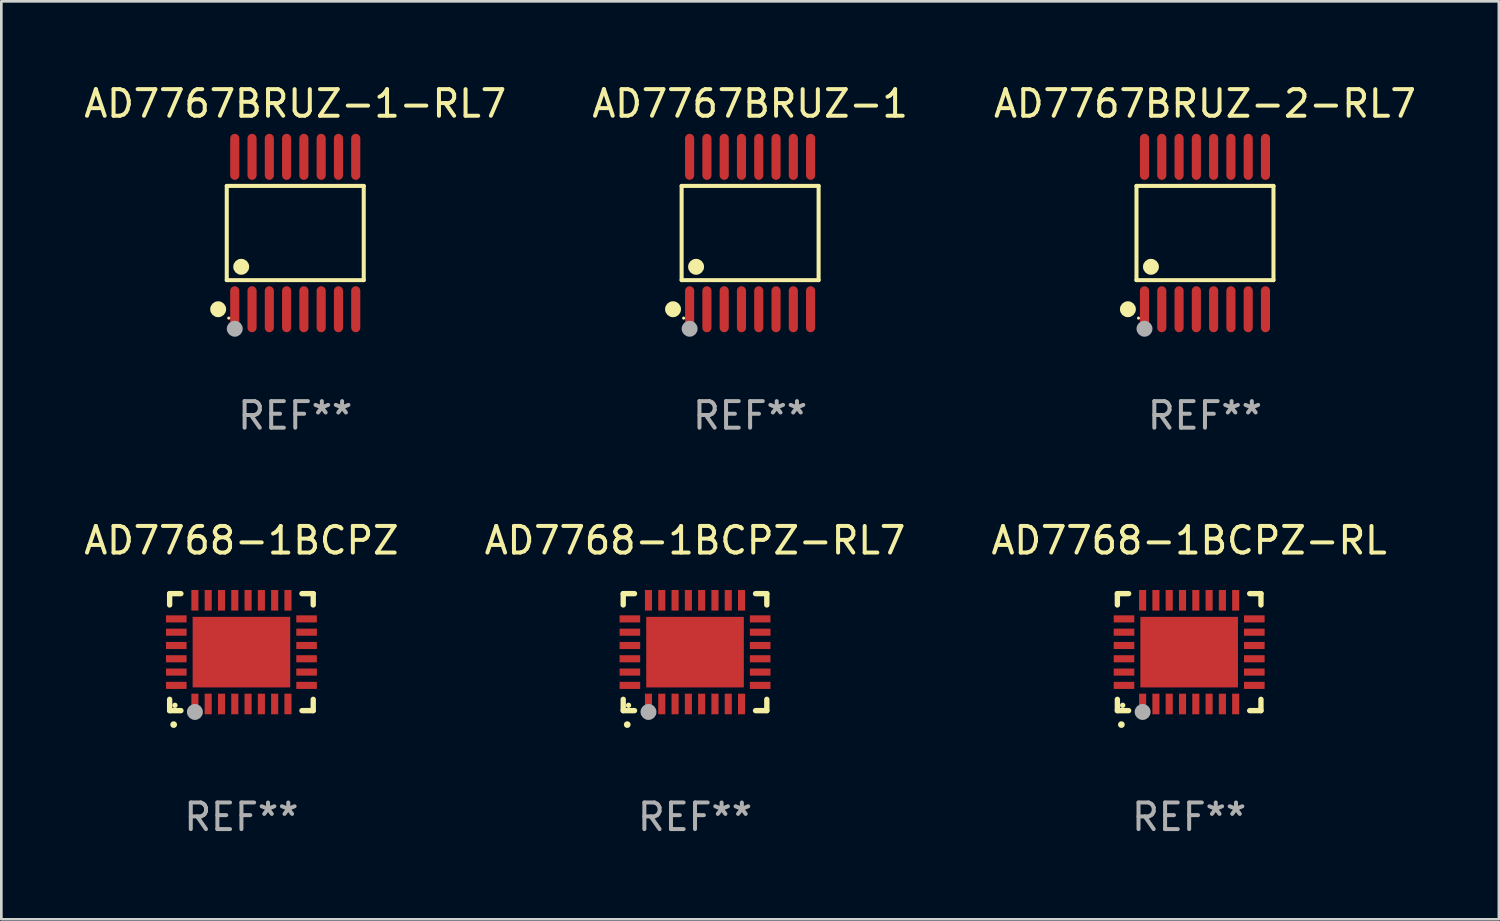
<source format=kicad_pcb>
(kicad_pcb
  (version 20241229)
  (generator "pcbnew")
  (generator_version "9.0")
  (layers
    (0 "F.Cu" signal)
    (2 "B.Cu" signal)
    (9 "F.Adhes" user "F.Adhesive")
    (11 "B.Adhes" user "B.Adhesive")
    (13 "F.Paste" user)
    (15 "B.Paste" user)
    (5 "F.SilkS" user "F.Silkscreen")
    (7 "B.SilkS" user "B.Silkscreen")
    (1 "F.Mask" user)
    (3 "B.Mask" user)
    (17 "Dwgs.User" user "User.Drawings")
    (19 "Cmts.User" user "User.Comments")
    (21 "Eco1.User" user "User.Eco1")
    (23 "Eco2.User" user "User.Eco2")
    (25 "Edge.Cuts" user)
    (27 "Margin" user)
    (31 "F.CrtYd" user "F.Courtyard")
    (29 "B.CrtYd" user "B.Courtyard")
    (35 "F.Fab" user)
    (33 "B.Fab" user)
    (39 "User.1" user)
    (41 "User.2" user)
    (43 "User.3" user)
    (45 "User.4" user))
  (footprint "AD7767BRUZ-1-RL7"
    (layer "F.Cu")
    (at 8.054 5.714)
    (property "Reference" "AD7767BRUZ-1-RL7" (at 0 -4.866 0) (layer "F.SilkS") (effects (font (size 1 1) (thickness 0.15))))
    (attr through_hole)
    (fp_line (start -2.576 -1.772) (end 2.576 -1.772) (stroke (width 0.152) (type solid)) (layer "F.SilkS"))
    (fp_line (start -2.576 1.771) (end -2.576 -1.772) (stroke (width 0.152) (type solid)) (layer "F.SilkS"))
    (fp_line (start 2.576 -1.772) (end 2.576 1.771) (stroke (width 0.152) (type solid)) (layer "F.SilkS"))
    (fp_line (start 2.576 1.771) (end -2.576 1.771) (stroke (width 0.152) (type solid)) (layer "F.SilkS"))
    (fp_circle (center -2.899 2.866) (end -2.749 2.866) (stroke (width 0.3) (type solid)) (fill no) (layer "F.SilkS"))
    (fp_circle (center -2.5 3.2) (end -2.47 3.2) (stroke (width 0.06) (type solid)) (fill no) (layer "F.SilkS"))
    (fp_circle (center -2.032 1.27) (end -1.882 1.27) (stroke (width 0.3) (type solid)) (fill no) (layer "F.SilkS"))
    (fp_circle (center -2.275 3.6) (end -2.125 3.6) (stroke (width 0.3) (type solid)) (fill no) (layer "F.Fab"))
    (fp_text user "REF**" (at 0 6.866 0) (layer "F.Fab") (effects (font (size 1 1) (thickness 0.15))))
    (pad "1" smd oval (at -2.275 2.866) (size 0.343 1.731) (layers "F.Cu" "F.Mask" "F.Paste"))
    (pad "2" smd oval (at -1.625 2.866) (size 0.343 1.731) (layers "F.Cu" "F.Mask" "F.Paste"))
    (pad "3" smd oval (at -0.975 2.866) (size 0.343 1.731) (layers "F.Cu" "F.Mask" "F.Paste"))
    (pad "4" smd oval (at -0.325 2.866) (size 0.343 1.731) (layers "F.Cu" "F.Mask" "F.Paste"))
    (pad "5" smd oval (at 0.325 2.866) (size 0.343 1.731) (layers "F.Cu" "F.Mask" "F.Paste"))
    (pad "6" smd oval (at 0.975 2.866) (size 0.343 1.731) (layers "F.Cu" "F.Mask" "F.Paste"))
    (pad "7" smd oval (at 1.625 2.866) (size 0.343 1.731) (layers "F.Cu" "F.Mask" "F.Paste"))
    (pad "8" smd oval (at 2.275 2.866) (size 0.343 1.731) (layers "F.Cu" "F.Mask" "F.Paste"))
    (pad "9" smd oval (at 2.275 -2.866) (size 0.343 1.731) (layers "F.Cu" "F.Mask" "F.Paste"))
    (pad "10" smd oval (at 1.625 -2.866) (size 0.343 1.731) (layers "F.Cu" "F.Mask" "F.Paste"))
    (pad "11" smd oval (at 0.975 -2.866) (size 0.343 1.731) (layers "F.Cu" "F.Mask" "F.Paste"))
    (pad "12" smd oval (at 0.325 -2.866) (size 0.343 1.731) (layers "F.Cu" "F.Mask" "F.Paste"))
    (pad "13" smd oval (at -0.325 -2.866) (size 0.343 1.731) (layers "F.Cu" "F.Mask" "F.Paste"))
    (pad "14" smd oval (at -0.975 -2.866) (size 0.343 1.731) (layers "F.Cu" "F.Mask" "F.Paste"))
    (pad "15" smd oval (at -1.625 -2.866) (size 0.343 1.731) (layers "F.Cu" "F.Mask" "F.Paste"))
    (pad "16" smd oval (at -2.275 -2.866) (size 0.343 1.731) (layers "F.Cu" "F.Mask" "F.Paste")))
  (footprint "AD7768-1BCPZ"
    (layer "F.Cu")
    (at 6.03 21.476)
    (property "Reference" "AD7768-1BCPZ" (at 0 -4.2 0) (layer "F.SilkS") (effects (font (size 1 1) (thickness 0.15))))
    (attr through_hole)
    (fp_line (start -2.7 -2.2) (end -2.276 -2.2) (stroke (width 0.201) (type solid)) (layer "F.SilkS"))
    (fp_line (start -2.7 -1.775) (end -2.7 -2.2) (stroke (width 0.201) (type solid)) (layer "F.SilkS"))
    (fp_line (start -2.7 2.2) (end -2.7 1.775) (stroke (width 0.201) (type solid)) (layer "F.SilkS"))
    (fp_line (start -2.276 2.2) (end -2.7 2.2) (stroke (width 0.201) (type solid)) (layer "F.SilkS"))
    (fp_line (start 2.276 2.2) (end 2.7 2.2) (stroke (width 0.201) (type solid)) (layer "F.SilkS"))
    (fp_line (start 2.7 -2.2) (end 2.276 -2.2) (stroke (width 0.201) (type solid)) (layer "F.SilkS"))
    (fp_line (start 2.7 -1.775) (end 2.7 -2.2) (stroke (width 0.201) (type solid)) (layer "F.SilkS"))
    (fp_line (start 2.7 2.2) (end 2.7 1.775) (stroke (width 0.201) (type solid)) (layer "F.SilkS"))
    (fp_arc (start -2.550165 2.725425) (mid -2.548895 2.725419) (end -2.547625 2.725425) (stroke (width 0.24892) (type solid)) (layer "F.SilkS"))
    (fp_circle (center -2.5 2) (end -2.45 2) (stroke (width 0.1) (type solid)) (fill no) (layer "F.SilkS"))
    (fp_circle (center -1.75 2.25) (end -1.6 2.25) (stroke (width 0.3) (type solid)) (fill no) (layer "F.Fab"))
    (fp_text user "REF**" (at 0 6.2 0) (layer "F.Fab") (effects (font (size 1 1) (thickness 0.15))))
    (pad "1" smd rect (at -1.75 1.95) (size 0.267 0.775) (layers "F.Cu" "F.Mask" "F.Paste"))
    (pad "2" smd rect (at -1.25 1.95) (size 0.267 0.775) (layers "F.Cu" "F.Mask" "F.Paste"))
    (pad "3" smd rect (at -0.75 1.95) (size 0.267 0.775) (layers "F.Cu" "F.Mask" "F.Paste"))
    (pad "4" smd rect (at -0.25 1.95) (size 0.267 0.775) (layers "F.Cu" "F.Mask" "F.Paste"))
    (pad "5" smd rect (at 0.25 1.95) (size 0.267 0.775) (layers "F.Cu" "F.Mask" "F.Paste"))
    (pad "6" smd rect (at 0.75 1.95) (size 0.267 0.775) (layers "F.Cu" "F.Mask" "F.Paste"))
    (pad "7" smd rect (at 1.25 1.95) (size 0.267 0.775) (layers "F.Cu" "F.Mask" "F.Paste"))
    (pad "8" smd rect (at 1.75 1.95) (size 0.267 0.775) (layers "F.Cu" "F.Mask" "F.Paste"))
    (pad "9" smd rect (at 2.45 1.25) (size 0.775 0.267) (layers "F.Cu" "F.Mask" "F.Paste"))
    (pad "10" smd rect (at 2.45 0.75) (size 0.775 0.267) (layers "F.Cu" "F.Mask" "F.Paste"))
    (pad "11" smd rect (at 2.45 0.25) (size 0.775 0.267) (layers "F.Cu" "F.Mask" "F.Paste"))
    (pad "12" smd rect (at 2.45 -0.25) (size 0.775 0.267) (layers "F.Cu" "F.Mask" "F.Paste"))
    (pad "13" smd rect (at 2.45 -0.75) (size 0.775 0.267) (layers "F.Cu" "F.Mask" "F.Paste"))
    (pad "14" smd rect (at 2.45 -1.25) (size 0.775 0.267) (layers "F.Cu" "F.Mask" "F.Paste"))
    (pad "15" smd rect (at 1.75 -1.95) (size 0.267 0.775) (layers "F.Cu" "F.Mask" "F.Paste"))
    (pad "16" smd rect (at 1.25 -1.95) (size 0.267 0.775) (layers "F.Cu" "F.Mask" "F.Paste"))
    (pad "17" smd rect (at 0.75 -1.95) (size 0.267 0.775) (layers "F.Cu" "F.Mask" "F.Paste"))
    (pad "18" smd rect (at 0.25 -1.95) (size 0.267 0.775) (layers "F.Cu" "F.Mask" "F.Paste"))
    (pad "19" smd rect (at -0.25 -1.95) (size 0.267 0.775) (layers "F.Cu" "F.Mask" "F.Paste"))
    (pad "20" smd rect (at -0.75 -1.95) (size 0.267 0.775) (layers "F.Cu" "F.Mask" "F.Paste"))
    (pad "21" smd rect (at -1.25 -1.95) (size 0.267 0.775) (layers "F.Cu" "F.Mask" "F.Paste"))
    (pad "22" smd rect (at -1.75 -1.95) (size 0.267 0.775) (layers "F.Cu" "F.Mask" "F.Paste"))
    (pad "23" smd rect (at -2.45 -1.25) (size 0.775 0.267) (layers "F.Cu" "F.Mask" "F.Paste"))
    (pad "24" smd rect (at -2.45 -0.75) (size 0.775 0.267) (layers "F.Cu" "F.Mask" "F.Paste"))
    (pad "25" smd rect (at -2.45 -0.25) (size 0.775 0.267) (layers "F.Cu" "F.Mask" "F.Paste"))
    (pad "26" smd rect (at -2.45 0.25) (size 0.775 0.267) (layers "F.Cu" "F.Mask" "F.Paste"))
    (pad "27" smd rect (at -2.45 0.75) (size 0.775 0.267) (layers "F.Cu" "F.Mask" "F.Paste"))
    (pad "28" smd rect (at -2.45 1.25) (size 0.775 0.267) (layers "F.Cu" "F.Mask" "F.Paste"))
    (pad "29" smd rect (at 0.000127 0.000127) (size 3.67 2.654) (layers "F.Cu" "F.Mask" "F.Paste")))
  (footprint "AD7767BRUZ-2-RL7"
    (layer "F.Cu")
    (at 42.268 5.714)
    (property "Reference" "AD7767BRUZ-2-RL7" (at 0 -4.866 0) (layer "F.SilkS") (effects (font (size 1 1) (thickness 0.15))))
    (attr through_hole)
    (fp_line (start -2.576 -1.772) (end 2.576 -1.772) (stroke (width 0.152) (type solid)) (layer "F.SilkS"))
    (fp_line (start -2.576 1.771) (end -2.576 -1.772) (stroke (width 0.152) (type solid)) (layer "F.SilkS"))
    (fp_line (start 2.576 -1.772) (end 2.576 1.771) (stroke (width 0.152) (type solid)) (layer "F.SilkS"))
    (fp_line (start 2.576 1.771) (end -2.576 1.771) (stroke (width 0.152) (type solid)) (layer "F.SilkS"))
    (fp_circle (center -2.899 2.866) (end -2.749 2.866) (stroke (width 0.3) (type solid)) (fill no) (layer "F.SilkS"))
    (fp_circle (center -2.5 3.2) (end -2.47 3.2) (stroke (width 0.06) (type solid)) (fill no) (layer "F.SilkS"))
    (fp_circle (center -2.032 1.27) (end -1.882 1.27) (stroke (width 0.3) (type solid)) (fill no) (layer "F.SilkS"))
    (fp_circle (center -2.275 3.6) (end -2.125 3.6) (stroke (width 0.3) (type solid)) (fill no) (layer "F.Fab"))
    (fp_text user "REF**" (at 0 6.866 0) (layer "F.Fab") (effects (font (size 1 1) (thickness 0.15))))
    (pad "1" smd oval (at -2.275 2.866) (size 0.343 1.731) (layers "F.Cu" "F.Mask" "F.Paste"))
    (pad "2" smd oval (at -1.625 2.866) (size 0.343 1.731) (layers "F.Cu" "F.Mask" "F.Paste"))
    (pad "3" smd oval (at -0.975 2.866) (size 0.343 1.731) (layers "F.Cu" "F.Mask" "F.Paste"))
    (pad "4" smd oval (at -0.325 2.866) (size 0.343 1.731) (layers "F.Cu" "F.Mask" "F.Paste"))
    (pad "5" smd oval (at 0.325 2.866) (size 0.343 1.731) (layers "F.Cu" "F.Mask" "F.Paste"))
    (pad "6" smd oval (at 0.975 2.866) (size 0.343 1.731) (layers "F.Cu" "F.Mask" "F.Paste"))
    (pad "7" smd oval (at 1.625 2.866) (size 0.343 1.731) (layers "F.Cu" "F.Mask" "F.Paste"))
    (pad "8" smd oval (at 2.275 2.866) (size 0.343 1.731) (layers "F.Cu" "F.Mask" "F.Paste"))
    (pad "9" smd oval (at 2.275 -2.866) (size 0.343 1.731) (layers "F.Cu" "F.Mask" "F.Paste"))
    (pad "10" smd oval (at 1.625 -2.866) (size 0.343 1.731) (layers "F.Cu" "F.Mask" "F.Paste"))
    (pad "11" smd oval (at 0.975 -2.866) (size 0.343 1.731) (layers "F.Cu" "F.Mask" "F.Paste"))
    (pad "12" smd oval (at 0.325 -2.866) (size 0.343 1.731) (layers "F.Cu" "F.Mask" "F.Paste"))
    (pad "13" smd oval (at -0.325 -2.866) (size 0.343 1.731) (layers "F.Cu" "F.Mask" "F.Paste"))
    (pad "14" smd oval (at -0.975 -2.866) (size 0.343 1.731) (layers "F.Cu" "F.Mask" "F.Paste"))
    (pad "15" smd oval (at -1.625 -2.866) (size 0.343 1.731) (layers "F.Cu" "F.Mask" "F.Paste"))
    (pad "16" smd oval (at -2.275 -2.866) (size 0.343 1.731) (layers "F.Cu" "F.Mask" "F.Paste")))
  (footprint "AD7768-1BCPZ-RL"
    (layer "F.Cu")
    (at 41.673 21.476)
    (property "Reference" "AD7768-1BCPZ-RL" (at 0 -4.2 0) (layer "F.SilkS") (effects (font (size 1 1) (thickness 0.15))))
    (attr through_hole)
    (fp_line (start -2.7 -2.2) (end -2.276 -2.2) (stroke (width 0.201) (type solid)) (layer "F.SilkS"))
    (fp_line (start -2.7 -1.775) (end -2.7 -2.2) (stroke (width 0.201) (type solid)) (layer "F.SilkS"))
    (fp_line (start -2.7 2.2) (end -2.7 1.775) (stroke (width 0.201) (type solid)) (layer "F.SilkS"))
    (fp_line (start -2.276 2.2) (end -2.7 2.2) (stroke (width 0.201) (type solid)) (layer "F.SilkS"))
    (fp_line (start 2.276 2.2) (end 2.7 2.2) (stroke (width 0.201) (type solid)) (layer "F.SilkS"))
    (fp_line (start 2.7 -2.2) (end 2.276 -2.2) (stroke (width 0.201) (type solid)) (layer "F.SilkS"))
    (fp_line (start 2.7 -1.775) (end 2.7 -2.2) (stroke (width 0.201) (type solid)) (layer "F.SilkS"))
    (fp_line (start 2.7 2.2) (end 2.7 1.775) (stroke (width 0.201) (type solid)) (layer "F.SilkS"))
    (fp_arc (start -2.550165 2.725425) (mid -2.548895 2.725419) (end -2.547625 2.725425) (stroke (width 0.24892) (type solid)) (layer "F.SilkS"))
    (fp_circle (center -2.5 2) (end -2.45 2) (stroke (width 0.1) (type solid)) (fill no) (layer "F.SilkS"))
    (fp_circle (center -1.75 2.25) (end -1.6 2.25) (stroke (width 0.3) (type solid)) (fill no) (layer "F.Fab"))
    (fp_text user "REF**" (at 0 6.2 0) (layer "F.Fab") (effects (font (size 1 1) (thickness 0.15))))
    (pad "1" smd rect (at -1.75 1.95) (size 0.267 0.775) (layers "F.Cu" "F.Mask" "F.Paste"))
    (pad "2" smd rect (at -1.25 1.95) (size 0.267 0.775) (layers "F.Cu" "F.Mask" "F.Paste"))
    (pad "3" smd rect (at -0.75 1.95) (size 0.267 0.775) (layers "F.Cu" "F.Mask" "F.Paste"))
    (pad "4" smd rect (at -0.25 1.95) (size 0.267 0.775) (layers "F.Cu" "F.Mask" "F.Paste"))
    (pad "5" smd rect (at 0.25 1.95) (size 0.267 0.775) (layers "F.Cu" "F.Mask" "F.Paste"))
    (pad "6" smd rect (at 0.75 1.95) (size 0.267 0.775) (layers "F.Cu" "F.Mask" "F.Paste"))
    (pad "7" smd rect (at 1.25 1.95) (size 0.267 0.775) (layers "F.Cu" "F.Mask" "F.Paste"))
    (pad "8" smd rect (at 1.75 1.95) (size 0.267 0.775) (layers "F.Cu" "F.Mask" "F.Paste"))
    (pad "9" smd rect (at 2.45 1.25) (size 0.775 0.267) (layers "F.Cu" "F.Mask" "F.Paste"))
    (pad "10" smd rect (at 2.45 0.75) (size 0.775 0.267) (layers "F.Cu" "F.Mask" "F.Paste"))
    (pad "11" smd rect (at 2.45 0.25) (size 0.775 0.267) (layers "F.Cu" "F.Mask" "F.Paste"))
    (pad "12" smd rect (at 2.45 -0.25) (size 0.775 0.267) (layers "F.Cu" "F.Mask" "F.Paste"))
    (pad "13" smd rect (at 2.45 -0.75) (size 0.775 0.267) (layers "F.Cu" "F.Mask" "F.Paste"))
    (pad "14" smd rect (at 2.45 -1.25) (size 0.775 0.267) (layers "F.Cu" "F.Mask" "F.Paste"))
    (pad "15" smd rect (at 1.75 -1.95) (size 0.267 0.775) (layers "F.Cu" "F.Mask" "F.Paste"))
    (pad "16" smd rect (at 1.25 -1.95) (size 0.267 0.775) (layers "F.Cu" "F.Mask" "F.Paste"))
    (pad "17" smd rect (at 0.75 -1.95) (size 0.267 0.775) (layers "F.Cu" "F.Mask" "F.Paste"))
    (pad "18" smd rect (at 0.25 -1.95) (size 0.267 0.775) (layers "F.Cu" "F.Mask" "F.Paste"))
    (pad "19" smd rect (at -0.25 -1.95) (size 0.267 0.775) (layers "F.Cu" "F.Mask" "F.Paste"))
    (pad "20" smd rect (at -0.75 -1.95) (size 0.267 0.775) (layers "F.Cu" "F.Mask" "F.Paste"))
    (pad "21" smd rect (at -1.25 -1.95) (size 0.267 0.775) (layers "F.Cu" "F.Mask" "F.Paste"))
    (pad "22" smd rect (at -1.75 -1.95) (size 0.267 0.775) (layers "F.Cu" "F.Mask" "F.Paste"))
    (pad "23" smd rect (at -2.45 -1.25) (size 0.775 0.267) (layers "F.Cu" "F.Mask" "F.Paste"))
    (pad "24" smd rect (at -2.45 -0.75) (size 0.775 0.267) (layers "F.Cu" "F.Mask" "F.Paste"))
    (pad "25" smd rect (at -2.45 -0.25) (size 0.775 0.267) (layers "F.Cu" "F.Mask" "F.Paste"))
    (pad "26" smd rect (at -2.45 0.25) (size 0.775 0.267) (layers "F.Cu" "F.Mask" "F.Paste"))
    (pad "27" smd rect (at -2.45 0.75) (size 0.775 0.267) (layers "F.Cu" "F.Mask" "F.Paste"))
    (pad "28" smd rect (at -2.45 1.25) (size 0.775 0.267) (layers "F.Cu" "F.Mask" "F.Paste"))
    (pad "29" smd rect (at 0.000127 0.000127) (size 3.67 2.654) (layers "F.Cu" "F.Mask" "F.Paste")))
  (footprint "AD7767BRUZ-1"
    (layer "F.Cu")
    (at 25.161 5.714)
    (property "Reference" "AD7767BRUZ-1" (at 0 -4.866 0) (layer "F.SilkS") (effects (font (size 1 1) (thickness 0.15))))
    (attr through_hole)
    (fp_line (start -2.576 -1.772) (end 2.576 -1.772) (stroke (width 0.152) (type solid)) (layer "F.SilkS"))
    (fp_line (start -2.576 1.771) (end -2.576 -1.772) (stroke (width 0.152) (type solid)) (layer "F.SilkS"))
    (fp_line (start 2.576 -1.772) (end 2.576 1.771) (stroke (width 0.152) (type solid)) (layer "F.SilkS"))
    (fp_line (start 2.576 1.771) (end -2.576 1.771) (stroke (width 0.152) (type solid)) (layer "F.SilkS"))
    (fp_circle (center -2.899 2.866) (end -2.749 2.866) (stroke (width 0.3) (type solid)) (fill no) (layer "F.SilkS"))
    (fp_circle (center -2.5 3.2) (end -2.47 3.2) (stroke (width 0.06) (type solid)) (fill no) (layer "F.SilkS"))
    (fp_circle (center -2.032 1.27) (end -1.882 1.27) (stroke (width 0.3) (type solid)) (fill no) (layer "F.SilkS"))
    (fp_circle (center -2.275 3.6) (end -2.125 3.6) (stroke (width 0.3) (type solid)) (fill no) (layer "F.Fab"))
    (fp_text user "REF**" (at 0 6.866 0) (layer "F.Fab") (effects (font (size 1 1) (thickness 0.15))))
    (pad "1" smd oval (at -2.275 2.866) (size 0.343 1.731) (layers "F.Cu" "F.Mask" "F.Paste"))
    (pad "2" smd oval (at -1.625 2.866) (size 0.343 1.731) (layers "F.Cu" "F.Mask" "F.Paste"))
    (pad "3" smd oval (at -0.975 2.866) (size 0.343 1.731) (layers "F.Cu" "F.Mask" "F.Paste"))
    (pad "4" smd oval (at -0.325 2.866) (size 0.343 1.731) (layers "F.Cu" "F.Mask" "F.Paste"))
    (pad "5" smd oval (at 0.325 2.866) (size 0.343 1.731) (layers "F.Cu" "F.Mask" "F.Paste"))
    (pad "6" smd oval (at 0.975 2.866) (size 0.343 1.731) (layers "F.Cu" "F.Mask" "F.Paste"))
    (pad "7" smd oval (at 1.625 2.866) (size 0.343 1.731) (layers "F.Cu" "F.Mask" "F.Paste"))
    (pad "8" smd oval (at 2.275 2.866) (size 0.343 1.731) (layers "F.Cu" "F.Mask" "F.Paste"))
    (pad "9" smd oval (at 2.275 -2.866) (size 0.343 1.731) (layers "F.Cu" "F.Mask" "F.Paste"))
    (pad "10" smd oval (at 1.625 -2.866) (size 0.343 1.731) (layers "F.Cu" "F.Mask" "F.Paste"))
    (pad "11" smd oval (at 0.975 -2.866) (size 0.343 1.731) (layers "F.Cu" "F.Mask" "F.Paste"))
    (pad "12" smd oval (at 0.325 -2.866) (size 0.343 1.731) (layers "F.Cu" "F.Mask" "F.Paste"))
    (pad "13" smd oval (at -0.325 -2.866) (size 0.343 1.731) (layers "F.Cu" "F.Mask" "F.Paste"))
    (pad "14" smd oval (at -0.975 -2.866) (size 0.343 1.731) (layers "F.Cu" "F.Mask" "F.Paste"))
    (pad "15" smd oval (at -1.625 -2.866) (size 0.343 1.731) (layers "F.Cu" "F.Mask" "F.Paste"))
    (pad "16" smd oval (at -2.275 -2.866) (size 0.343 1.731) (layers "F.Cu" "F.Mask" "F.Paste")))
  (footprint "AD7768-1BCPZ-RL7"
    (layer "F.Cu")
    (at 23.089 21.476)
    (property "Reference" "AD7768-1BCPZ-RL7" (at 0 -4.2 0) (layer "F.SilkS") (effects (font (size 1 1) (thickness 0.15))))
    (attr through_hole)
    (fp_line (start -2.7 -2.2) (end -2.276 -2.2) (stroke (width 0.201) (type solid)) (layer "F.SilkS"))
    (fp_line (start -2.7 -1.775) (end -2.7 -2.2) (stroke (width 0.201) (type solid)) (layer "F.SilkS"))
    (fp_line (start -2.7 2.2) (end -2.7 1.775) (stroke (width 0.201) (type solid)) (layer "F.SilkS"))
    (fp_line (start -2.276 2.2) (end -2.7 2.2) (stroke (width 0.201) (type solid)) (layer "F.SilkS"))
    (fp_line (start 2.276 2.2) (end 2.7 2.2) (stroke (width 0.201) (type solid)) (layer "F.SilkS"))
    (fp_line (start 2.7 -2.2) (end 2.276 -2.2) (stroke (width 0.201) (type solid)) (layer "F.SilkS"))
    (fp_line (start 2.7 -1.775) (end 2.7 -2.2) (stroke (width 0.201) (type solid)) (layer "F.SilkS"))
    (fp_line (start 2.7 2.2) (end 2.7 1.775) (stroke (width 0.201) (type solid)) (layer "F.SilkS"))
    (fp_arc (start -2.550165 2.725425) (mid -2.548895 2.725419) (end -2.547625 2.725425) (stroke (width 0.24892) (type solid)) (layer "F.SilkS"))
    (fp_circle (center -2.5 2) (end -2.45 2) (stroke (width 0.1) (type solid)) (fill no) (layer "F.SilkS"))
    (fp_circle (center -1.75 2.25) (end -1.6 2.25) (stroke (width 0.3) (type solid)) (fill no) (layer "F.Fab"))
    (fp_text user "REF**" (at 0 6.2 0) (layer "F.Fab") (effects (font (size 1 1) (thickness 0.15))))
    (pad "1" smd rect (at -1.75 1.95) (size 0.267 0.775) (layers "F.Cu" "F.Mask" "F.Paste"))
    (pad "2" smd rect (at -1.25 1.95) (size 0.267 0.775) (layers "F.Cu" "F.Mask" "F.Paste"))
    (pad "3" smd rect (at -0.75 1.95) (size 0.267 0.775) (layers "F.Cu" "F.Mask" "F.Paste"))
    (pad "4" smd rect (at -0.25 1.95) (size 0.267 0.775) (layers "F.Cu" "F.Mask" "F.Paste"))
    (pad "5" smd rect (at 0.25 1.95) (size 0.267 0.775) (layers "F.Cu" "F.Mask" "F.Paste"))
    (pad "6" smd rect (at 0.75 1.95) (size 0.267 0.775) (layers "F.Cu" "F.Mask" "F.Paste"))
    (pad "7" smd rect (at 1.25 1.95) (size 0.267 0.775) (layers "F.Cu" "F.Mask" "F.Paste"))
    (pad "8" smd rect (at 1.75 1.95) (size 0.267 0.775) (layers "F.Cu" "F.Mask" "F.Paste"))
    (pad "9" smd rect (at 2.45 1.25) (size 0.775 0.267) (layers "F.Cu" "F.Mask" "F.Paste"))
    (pad "10" smd rect (at 2.45 0.75) (size 0.775 0.267) (layers "F.Cu" "F.Mask" "F.Paste"))
    (pad "11" smd rect (at 2.45 0.25) (size 0.775 0.267) (layers "F.Cu" "F.Mask" "F.Paste"))
    (pad "12" smd rect (at 2.45 -0.25) (size 0.775 0.267) (layers "F.Cu" "F.Mask" "F.Paste"))
    (pad "13" smd rect (at 2.45 -0.75) (size 0.775 0.267) (layers "F.Cu" "F.Mask" "F.Paste"))
    (pad "14" smd rect (at 2.45 -1.25) (size 0.775 0.267) (layers "F.Cu" "F.Mask" "F.Paste"))
    (pad "15" smd rect (at 1.75 -1.95) (size 0.267 0.775) (layers "F.Cu" "F.Mask" "F.Paste"))
    (pad "16" smd rect (at 1.25 -1.95) (size 0.267 0.775) (layers "F.Cu" "F.Mask" "F.Paste"))
    (pad "17" smd rect (at 0.75 -1.95) (size 0.267 0.775) (layers "F.Cu" "F.Mask" "F.Paste"))
    (pad "18" smd rect (at 0.25 -1.95) (size 0.267 0.775) (layers "F.Cu" "F.Mask" "F.Paste"))
    (pad "19" smd rect (at -0.25 -1.95) (size 0.267 0.775) (layers "F.Cu" "F.Mask" "F.Paste"))
    (pad "20" smd rect (at -0.75 -1.95) (size 0.267 0.775) (layers "F.Cu" "F.Mask" "F.Paste"))
    (pad "21" smd rect (at -1.25 -1.95) (size 0.267 0.775) (layers "F.Cu" "F.Mask" "F.Paste"))
    (pad "22" smd rect (at -1.75 -1.95) (size 0.267 0.775) (layers "F.Cu" "F.Mask" "F.Paste"))
    (pad "23" smd rect (at -2.45 -1.25) (size 0.775 0.267) (layers "F.Cu" "F.Mask" "F.Paste"))
    (pad "24" smd rect (at -2.45 -0.75) (size 0.775 0.267) (layers "F.Cu" "F.Mask" "F.Paste"))
    (pad "25" smd rect (at -2.45 -0.25) (size 0.775 0.267) (layers "F.Cu" "F.Mask" "F.Paste"))
    (pad "26" smd rect (at -2.45 0.25) (size 0.775 0.267) (layers "F.Cu" "F.Mask" "F.Paste"))
    (pad "27" smd rect (at -2.45 0.75) (size 0.775 0.267) (layers "F.Cu" "F.Mask" "F.Paste"))
    (pad "28" smd rect (at -2.45 1.25) (size 0.775 0.267) (layers "F.Cu" "F.Mask" "F.Paste"))
    (pad "29" smd rect (at 0.000127 0.000127) (size 3.67 2.654) (layers "F.Cu" "F.Mask" "F.Paste")))
  (gr_rect
    (start -3 -3)
    (end 53.321 31.524)
    (stroke (width 0.1) (type default))
    (fill no)
    (layer "Edge.Cuts")))
</source>
